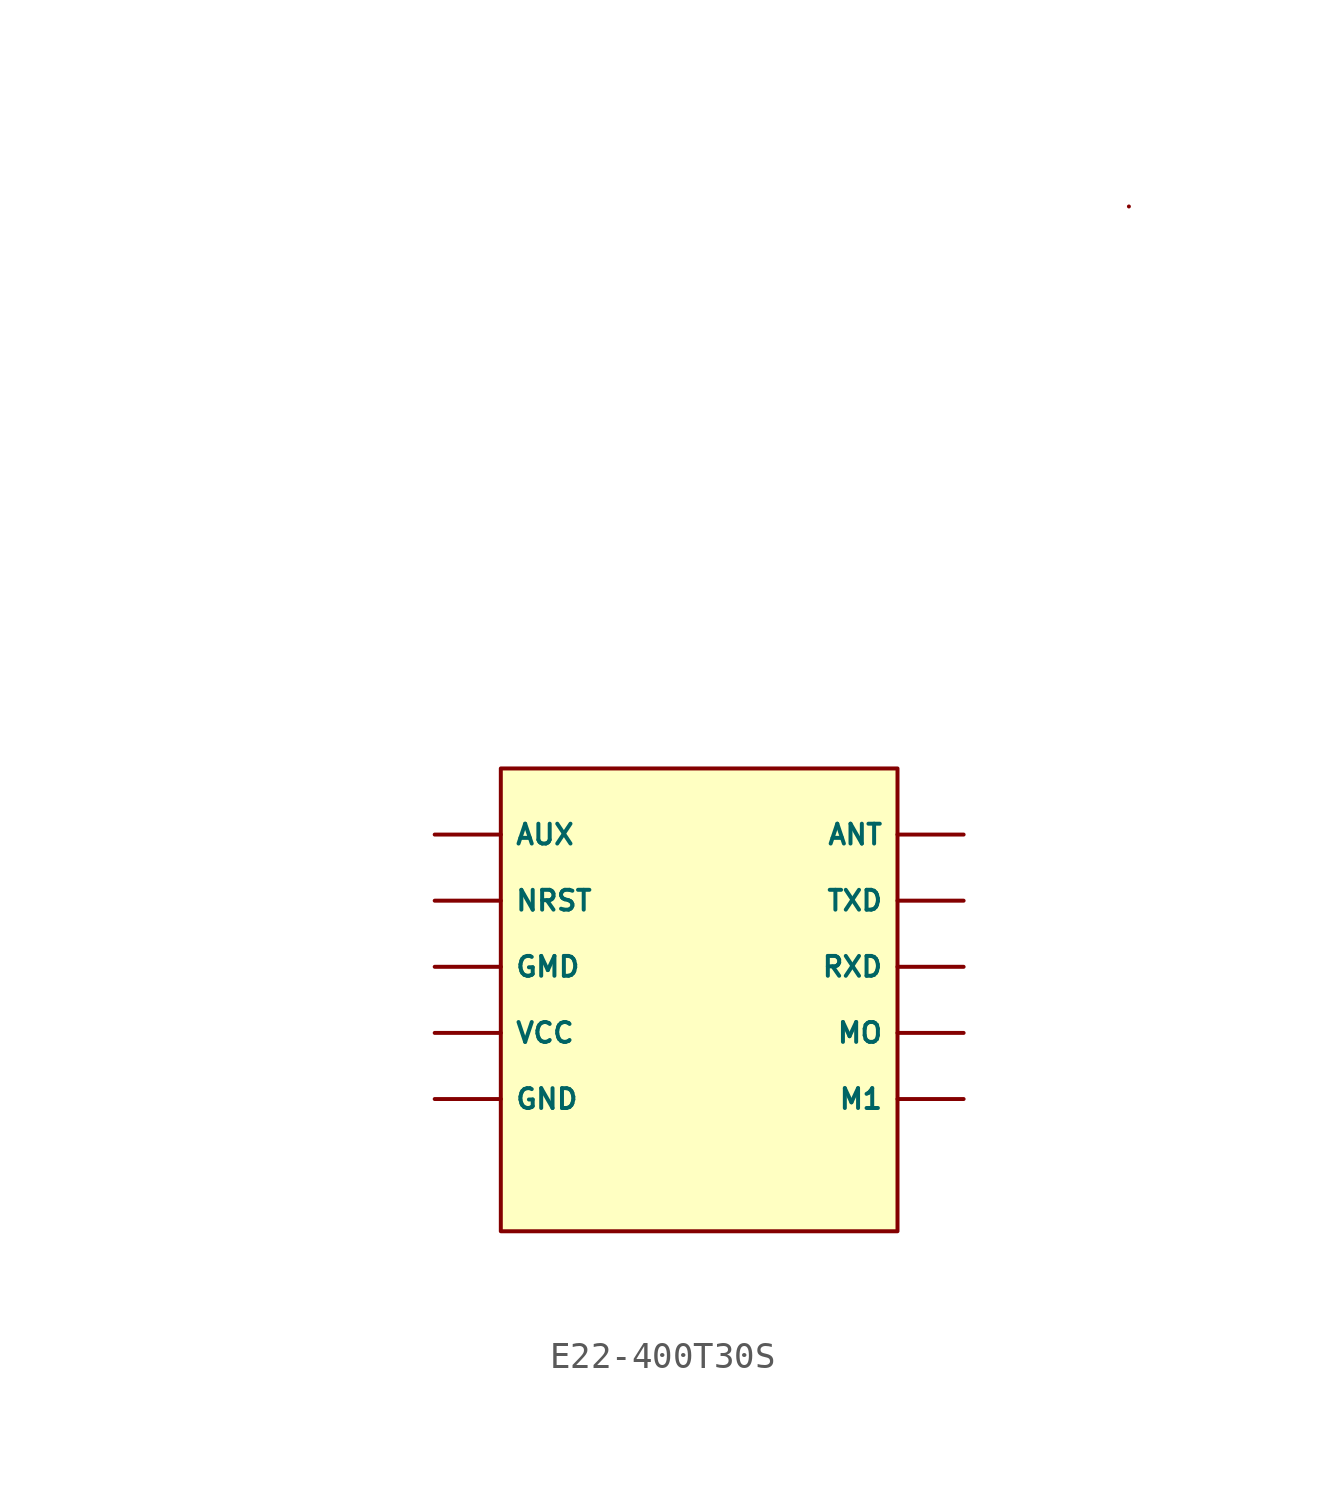
<source format=kicad_sym>
(kicad_symbol_lib
  (version 20241209)
  (generator "kicad_symbol_editor")
  (generator_version "9.0")
  (symbol "E22-400T30S"
    (property "Reference" "U"
      (at 17.78 21.59 0)
      (effects (font (size 1.27 1.27)) (hide yes)))
    (property "Value" ""
      (at 0 0 0)
      (effects (font (size 1.27 1.27))))
    (symbol "E22-400T30S_0_1"
      (rectangle (start 35.56 19.05) (end 35.56 19.05) (stroke (width 0) (type default)) (fill (type none))))
    (symbol "E22-400T30S_1_1"
      (rectangle (start 11.43 -2.54) (end 26.67 -20.32) (stroke (width 0) (type solid)) (fill (type color) (color 255 255 194 1)))
      (pin input line (at 8.89 -5.08 0) (length 2.54) (name "AUX" (effects (font (size 0.762 0.762)))) (number "" (effects (font (size 0.762 0.762)))))
      (pin input line (at 8.89 -7.62 0) (length 2.54) (name "NRST" (effects (font (size 0.762 0.762)))) (number "" (effects (font (size 0.762 0.762)))))
      (pin input line (at 8.89 -10.16 0) (length 2.54) (name "GMD" (effects (font (size 0.762 0.762)))) (number "" (effects (font (size 0.762 0.762)))))
      (pin input line (at 8.89 -12.7 0) (length 2.54) (name "VCC" (effects (font (size 0.762 0.762)))) (number "" (effects (font (size 0.762 0.762)))))
      (pin input line (at 8.89 -15.24 0) (length 2.54) (name "GND" (effects (font (size 0.762 0.762)))) (number "" (effects (font (size 0.762 0.762)))))
      (pin input line (at 29.21 -5.08 180) (length 2.54) (name "ANT" (effects (font (size 0.762 0.762)))) (number "" (effects (font (size 0.762 0.762)))))
      (pin input line (at 29.21 -7.62 180) (length 2.54) (name "TXD" (effects (font (size 0.762 0.762)))) (number "" (effects (font (size 0.762 0.762)))))
      (pin input line (at 29.21 -10.16 180) (length 2.54) (name "RXD" (effects (font (size 0.762 0.762)))) (number "" (effects (font (size 0.762 0.762)))))
      (pin input line (at 29.21 -12.7 180) (length 2.54) (name "MO" (effects (font (size 0.762 0.762)))) (number "" (effects (font (size 0.762 0.762)))))
      (pin input line (at 29.21 -15.24 180) (length 2.54) (name "M1" (effects (font (size 0.762 0.762)))) (number "" (effects (font (size 0.762 0.762))))))))
</source>
